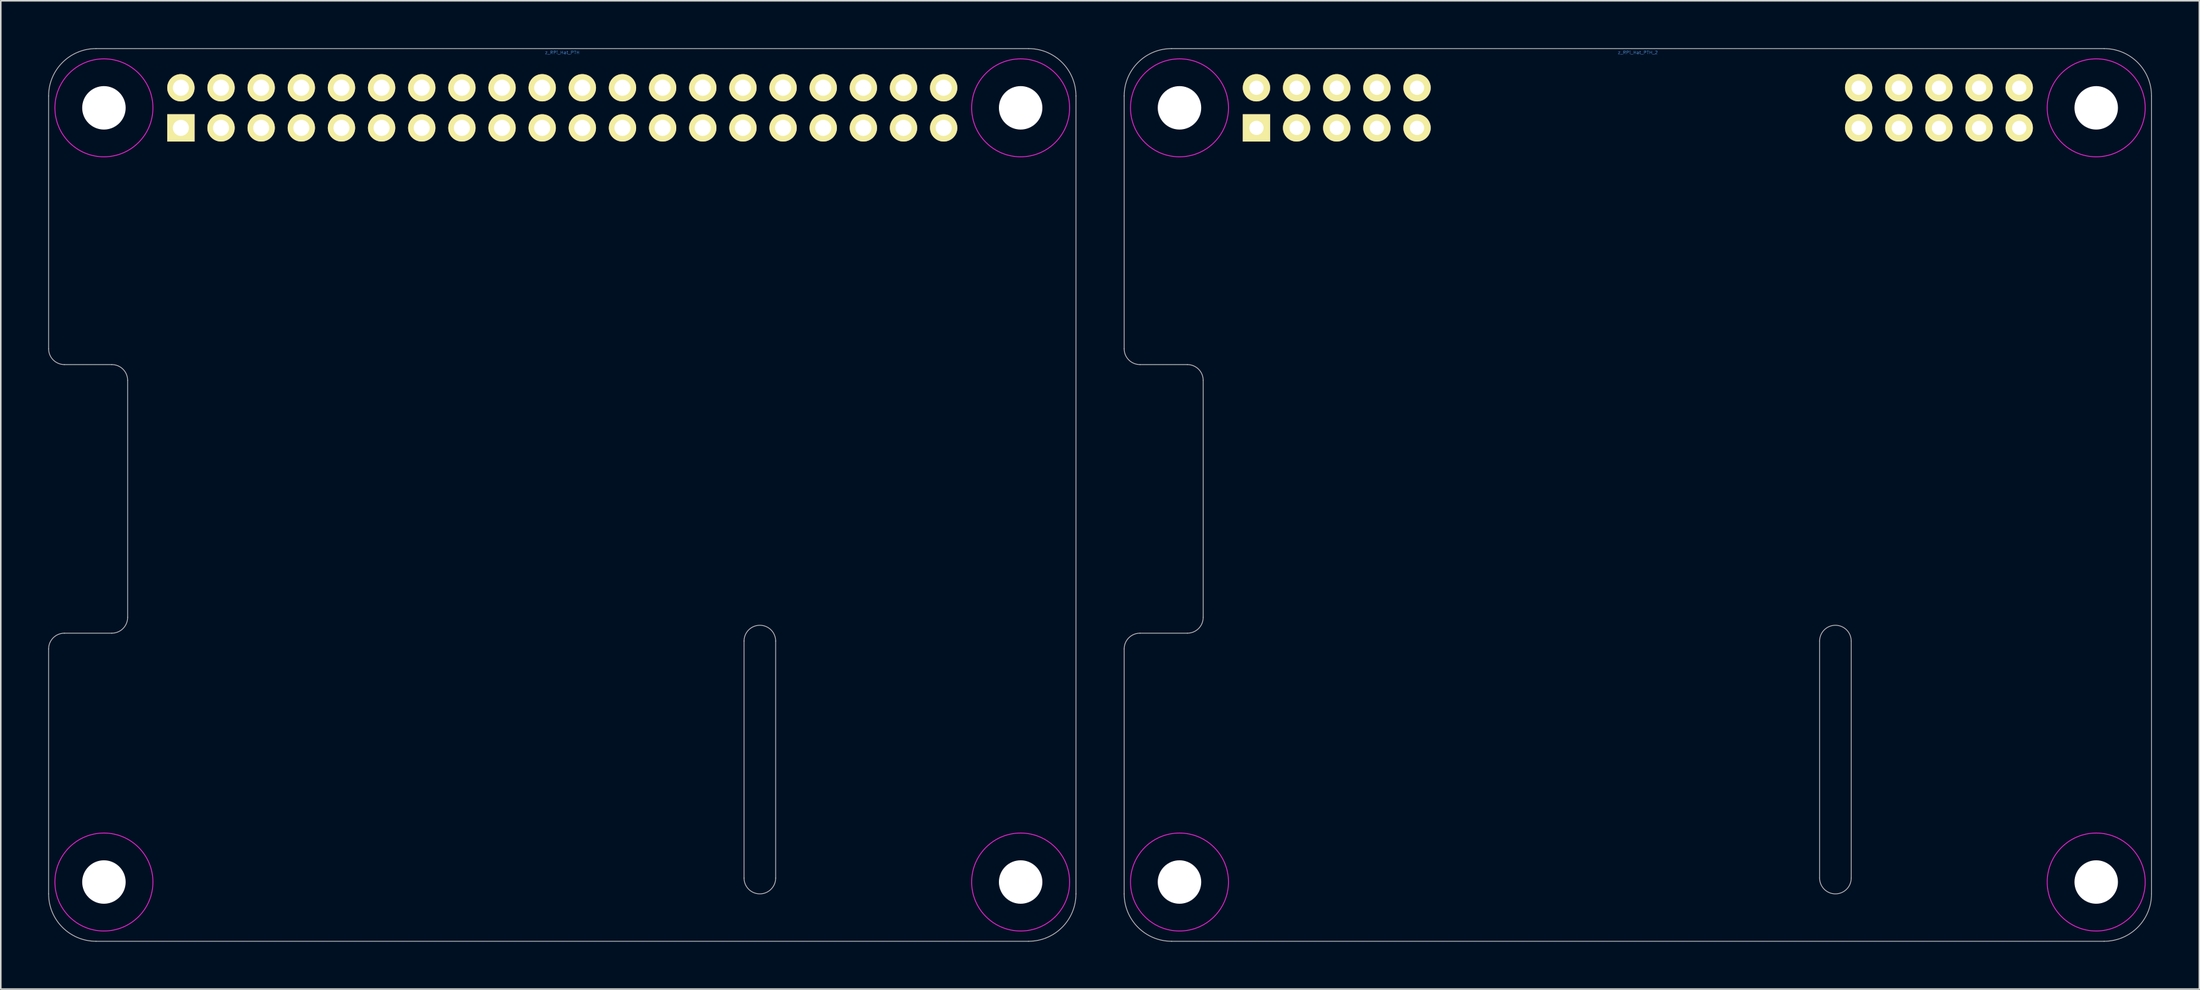
<source format=kicad_pcb>
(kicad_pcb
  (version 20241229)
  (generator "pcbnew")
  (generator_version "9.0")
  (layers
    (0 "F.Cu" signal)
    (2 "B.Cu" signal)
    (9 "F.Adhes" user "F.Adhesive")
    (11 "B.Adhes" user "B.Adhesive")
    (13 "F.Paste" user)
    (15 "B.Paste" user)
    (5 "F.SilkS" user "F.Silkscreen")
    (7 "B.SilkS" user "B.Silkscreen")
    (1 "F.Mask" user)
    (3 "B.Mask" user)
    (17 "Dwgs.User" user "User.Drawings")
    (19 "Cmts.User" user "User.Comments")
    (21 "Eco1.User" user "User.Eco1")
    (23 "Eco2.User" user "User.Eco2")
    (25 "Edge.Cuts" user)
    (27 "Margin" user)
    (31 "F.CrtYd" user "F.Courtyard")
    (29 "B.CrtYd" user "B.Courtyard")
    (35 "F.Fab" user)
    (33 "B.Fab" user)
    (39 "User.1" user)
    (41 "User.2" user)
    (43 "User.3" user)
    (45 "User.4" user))
  (footprint "z_RPi_Hat_PTH"
    (layer "F.Cu")
    (at 32.525 28.275)
    (property "Reference" "z_RPi_Hat_PTH" (at 0 -28 0) (layer "Cmts.User") (effects (font (size 0.2 0.2) (thickness 0.02))))
    (attr through_hole)
    (fp_line (start -32.5 -25.25) (end -32.5 -9.25) (stroke (width 0.05) (type solid)) (layer "Dwgs.User"))
    (fp_line (start -32.5 9.75) (end -32.5 25.25) (stroke (width 0.05) (type solid)) (layer "Dwgs.User"))
    (fp_line (start -31.5 -8.25) (end -28.5 -8.25) (stroke (width 0.05) (type solid)) (layer "Dwgs.User"))
    (fp_line (start -31.5 8.75) (end -28.5 8.75) (stroke (width 0.05) (type solid)) (layer "Dwgs.User"))
    (fp_line (start -29.5 -28.25) (end 29.5 -28.25) (stroke (width 0.05) (type solid)) (layer "Dwgs.User"))
    (fp_line (start -29.5 28.25) (end 29.5 28.25) (stroke (width 0.05) (type solid)) (layer "Dwgs.User"))
    (fp_line (start -27.5 -7.25) (end -27.5 7.75) (stroke (width 0.05) (type solid)) (layer "Dwgs.User"))
    (fp_line (start 11.5 9.25) (end 11.5 24.25) (stroke (width 0.05) (type solid)) (layer "Dwgs.User"))
    (fp_line (start 13.5 9.25) (end 13.5 24.25) (stroke (width 0.05) (type solid)) (layer "Dwgs.User"))
    (fp_line (start 32.5 -25.25) (end 32.5 25.25) (stroke (width 0.05) (type solid)) (layer "Dwgs.User"))
    (fp_arc (start -32.5 -25.25) (mid -31.62132 -27.37132) (end -29.5 -28.25) (stroke (width 0.05) (type solid)) (layer "Dwgs.User"))
    (fp_arc (start -32.5 9.75) (mid -32.207107 9.042893) (end -31.5 8.75) (stroke (width 0.05) (type solid)) (layer "Dwgs.User"))
    (fp_arc (start -31.5 -8.25) (mid -32.207107 -8.542893) (end -32.5 -9.25) (stroke (width 0.05) (type solid)) (layer "Dwgs.User"))
    (fp_arc (start -29.5 28.25) (mid -31.62132 27.37132) (end -32.5 25.25) (stroke (width 0.05) (type solid)) (layer "Dwgs.User"))
    (fp_arc (start -28.5 -8.25) (mid -27.792893 -7.957107) (end -27.5 -7.25) (stroke (width 0.05) (type solid)) (layer "Dwgs.User"))
    (fp_arc (start -27.5 7.75) (mid -27.792893 8.457107) (end -28.5 8.75) (stroke (width 0.05) (type solid)) (layer "Dwgs.User"))
    (fp_arc (start 11.5 9.25) (mid 12.5 8.25) (end 13.5 9.25) (stroke (width 0.05) (type solid)) (layer "Dwgs.User"))
    (fp_arc (start 13.5 24.25) (mid 12.5 25.25) (end 11.5 24.25) (stroke (width 0.05) (type solid)) (layer "Dwgs.User"))
    (fp_arc (start 29.5 -28.25) (mid 31.62132 -27.37132) (end 32.5 -25.25) (stroke (width 0.05) (type solid)) (layer "Dwgs.User"))
    (fp_arc (start 32.5 25.25) (mid 31.62132 27.37132) (end 29.5 28.25) (stroke (width 0.05) (type solid)) (layer "Dwgs.User"))
    (fp_circle (center -29 -24.5) (end -32.1 -24.5) (stroke (width 0.05) (type solid)) (fill no) (layer "F.CrtYd"))
    (fp_circle (center -29 24.5) (end -32.1 24.5) (stroke (width 0.05) (type solid)) (fill no) (layer "F.CrtYd"))
    (fp_circle (center 29 -24.5) (end 25.9 -24.5) (stroke (width 0.05) (type solid)) (fill no) (layer "F.CrtYd"))
    (fp_circle (center 29 24.5) (end 25.9 24.5) (stroke (width 0.05) (type solid)) (fill no) (layer "F.CrtYd"))
    (pad "" np_thru_hole circle (at -29 -24.5) (size 2.75 2.75) (drill 2.75) (layers "*.Cu" "*.Mask"))
    (pad "" np_thru_hole circle (at -29 24.5) (size 2.75 2.75) (drill 2.75) (layers "*.Cu" "*.Mask"))
    (pad "" np_thru_hole circle (at 29 -24.5) (size 2.75 2.75) (drill 2.75) (layers "*.Cu" "*.Mask"))
    (pad "" np_thru_hole circle (at 29 24.5) (size 2.75 2.75) (drill 2.75) (layers "*.Cu" "*.Mask"))
    (pad "1" thru_hole rect (at -24.13 -23.23 180) (size 1.727 1.727) (drill 1.016) (layers "*.Cu" "*.Mask" "F.SilkS"))
    (pad "2" thru_hole circle (at -24.13 -25.77 180) (size 1.727 1.727) (drill 1.016) (layers "*.Cu" "*.Mask" "F.SilkS"))
    (pad "3" thru_hole circle (at -21.59 -23.23 180) (size 1.727 1.727) (drill 1.016) (layers "*.Cu" "*.Mask" "F.SilkS"))
    (pad "4" thru_hole circle (at -21.59 -25.77 180) (size 1.727 1.727) (drill 1.016) (layers "*.Cu" "*.Mask" "F.SilkS"))
    (pad "5" thru_hole circle (at -19.05 -23.23 180) (size 1.727 1.727) (drill 1.016) (layers "*.Cu" "*.Mask" "F.SilkS"))
    (pad "6" thru_hole circle (at -19.05 -25.77 180) (size 1.727 1.727) (drill 1.016) (layers "*.Cu" "*.Mask" "F.SilkS"))
    (pad "7" thru_hole circle (at -16.51 -23.23 180) (size 1.727 1.727) (drill 1.016) (layers "*.Cu" "*.Mask" "F.SilkS"))
    (pad "8" thru_hole circle (at -16.51 -25.77 180) (size 1.727 1.727) (drill 1.016) (layers "*.Cu" "*.Mask" "F.SilkS"))
    (pad "9" thru_hole circle (at -13.97 -23.23 180) (size 1.727 1.727) (drill 1.016) (layers "*.Cu" "*.Mask" "F.SilkS"))
    (pad "10" thru_hole circle (at -13.97 -25.77 180) (size 1.727 1.727) (drill 1.016) (layers "*.Cu" "*.Mask" "F.SilkS"))
    (pad "11" thru_hole circle (at -11.43 -23.23 180) (size 1.727 1.727) (drill 1.016) (layers "*.Cu" "*.Mask" "F.SilkS"))
    (pad "12" thru_hole circle (at -11.43 -25.77 180) (size 1.727 1.727) (drill 1.016) (layers "*.Cu" "*.Mask" "F.SilkS"))
    (pad "13" thru_hole circle (at -8.89 -23.23 180) (size 1.727 1.727) (drill 1.016) (layers "*.Cu" "*.Mask" "F.SilkS"))
    (pad "14" thru_hole circle (at -8.89 -25.77 180) (size 1.727 1.727) (drill 1.016) (layers "*.Cu" "*.Mask" "F.SilkS"))
    (pad "15" thru_hole circle (at -6.35 -23.23 180) (size 1.727 1.727) (drill 1.016) (layers "*.Cu" "*.Mask" "F.SilkS"))
    (pad "16" thru_hole circle (at -6.35 -25.77 180) (size 1.727 1.727) (drill 1.016) (layers "*.Cu" "*.Mask" "F.SilkS"))
    (pad "17" thru_hole circle (at -3.81 -23.23 180) (size 1.727 1.727) (drill 1.016) (layers "*.Cu" "*.Mask" "F.SilkS"))
    (pad "18" thru_hole circle (at -3.81 -25.77 180) (size 1.727 1.727) (drill 1.016) (layers "*.Cu" "*.Mask" "F.SilkS"))
    (pad "19" thru_hole circle (at -1.27 -23.23 180) (size 1.727 1.727) (drill 1.016) (layers "*.Cu" "*.Mask" "F.SilkS"))
    (pad "20" thru_hole circle (at -1.27 -25.77 180) (size 1.727 1.727) (drill 1.016) (layers "*.Cu" "*.Mask" "F.SilkS"))
    (pad "21" thru_hole circle (at 1.27 -23.23 180) (size 1.727 1.727) (drill 1.016) (layers "*.Cu" "*.Mask" "F.SilkS"))
    (pad "22" thru_hole circle (at 1.27 -25.77 180) (size 1.727 1.727) (drill 1.016) (layers "*.Cu" "*.Mask" "F.SilkS"))
    (pad "23" thru_hole circle (at 3.81 -23.23 180) (size 1.727 1.727) (drill 1.016) (layers "*.Cu" "*.Mask" "F.SilkS"))
    (pad "24" thru_hole circle (at 3.81 -25.77 180) (size 1.727 1.727) (drill 1.016) (layers "*.Cu" "*.Mask" "F.SilkS"))
    (pad "25" thru_hole circle (at 6.35 -23.23 180) (size 1.727 1.727) (drill 1.016) (layers "*.Cu" "*.Mask" "F.SilkS"))
    (pad "26" thru_hole circle (at 6.35 -25.77 180) (size 1.727 1.727) (drill 1.016) (layers "*.Cu" "*.Mask" "F.SilkS"))
    (pad "27" thru_hole circle (at 8.89 -23.23 180) (size 1.727 1.727) (drill 1.016) (layers "*.Cu" "*.Mask" "F.SilkS"))
    (pad "28" thru_hole circle (at 8.89 -25.77 180) (size 1.727 1.727) (drill 1.016) (layers "*.Cu" "*.Mask" "F.SilkS"))
    (pad "29" thru_hole circle (at 11.43 -23.23 180) (size 1.727 1.727) (drill 1.016) (layers "*.Cu" "*.Mask" "F.SilkS"))
    (pad "30" thru_hole circle (at 11.43 -25.77 180) (size 1.727 1.727) (drill 1.016) (layers "*.Cu" "*.Mask" "F.SilkS"))
    (pad "31" thru_hole circle (at 13.97 -23.23 180) (size 1.727 1.727) (drill 1.016) (layers "*.Cu" "*.Mask" "F.SilkS"))
    (pad "32" thru_hole circle (at 13.97 -25.77 180) (size 1.727 1.727) (drill 1.016) (layers "*.Cu" "*.Mask" "F.SilkS"))
    (pad "33" thru_hole circle (at 16.51 -23.23 180) (size 1.727 1.727) (drill 1.016) (layers "*.Cu" "*.Mask" "F.SilkS"))
    (pad "34" thru_hole circle (at 16.51 -25.77 180) (size 1.727 1.727) (drill 1.016) (layers "*.Cu" "*.Mask" "F.SilkS"))
    (pad "35" thru_hole circle (at 19.05 -23.23 180) (size 1.727 1.727) (drill 1.016) (layers "*.Cu" "*.Mask" "F.SilkS"))
    (pad "36" thru_hole circle (at 19.05 -25.77 180) (size 1.727 1.727) (drill 1.016) (layers "*.Cu" "*.Mask" "F.SilkS"))
    (pad "37" thru_hole circle (at 21.59 -23.23 180) (size 1.727 1.727) (drill 1.016) (layers "*.Cu" "*.Mask" "F.SilkS"))
    (pad "38" thru_hole circle (at 21.59 -25.77 180) (size 1.727 1.727) (drill 1.016) (layers "*.Cu" "*.Mask" "F.SilkS"))
    (pad "39" thru_hole circle (at 24.13 -23.23 180) (size 1.727 1.727) (drill 1.016) (layers "*.Cu" "*.Mask" "F.SilkS"))
    (pad "40" thru_hole circle (at 24.13 -25.77 180) (size 1.727 1.727) (drill 1.016) (layers "*.Cu" "*.Mask" "F.SilkS")))
  (footprint "z_RPi_Hat_PTH_2"
    (layer "F.Cu")
    (at 100.575 28.275)
    (property "Reference" "z_RPi_Hat_PTH_2" (at 0 -28 0) (layer "Cmts.User") (effects (font (size 0.2 0.2) (thickness 0.02))))
    (attr through_hole)
    (fp_line (start -32.5 -25.25) (end -32.5 -9.25) (stroke (width 0.05) (type solid)) (layer "Dwgs.User"))
    (fp_line (start -32.5 9.75) (end -32.5 25.25) (stroke (width 0.05) (type solid)) (layer "Dwgs.User"))
    (fp_line (start -31.5 -8.25) (end -28.5 -8.25) (stroke (width 0.05) (type solid)) (layer "Dwgs.User"))
    (fp_line (start -31.5 8.75) (end -28.5 8.75) (stroke (width 0.05) (type solid)) (layer "Dwgs.User"))
    (fp_line (start -29.5 -28.25) (end 29.5 -28.25) (stroke (width 0.05) (type solid)) (layer "Dwgs.User"))
    (fp_line (start -29.5 28.25) (end 29.5 28.25) (stroke (width 0.05) (type solid)) (layer "Dwgs.User"))
    (fp_line (start -27.5 -7.25) (end -27.5 7.75) (stroke (width 0.05) (type solid)) (layer "Dwgs.User"))
    (fp_line (start 11.5 9.25) (end 11.5 24.25) (stroke (width 0.05) (type solid)) (layer "Dwgs.User"))
    (fp_line (start 13.5 9.25) (end 13.5 24.25) (stroke (width 0.05) (type solid)) (layer "Dwgs.User"))
    (fp_line (start 32.5 -25.25) (end 32.5 25.25) (stroke (width 0.05) (type solid)) (layer "Dwgs.User"))
    (fp_arc (start -32.5 -25.25) (mid -31.62132 -27.37132) (end -29.5 -28.25) (stroke (width 0.05) (type solid)) (layer "Dwgs.User"))
    (fp_arc (start -32.5 9.75) (mid -32.207107 9.042893) (end -31.5 8.75) (stroke (width 0.05) (type solid)) (layer "Dwgs.User"))
    (fp_arc (start -31.5 -8.25) (mid -32.207107 -8.542893) (end -32.5 -9.25) (stroke (width 0.05) (type solid)) (layer "Dwgs.User"))
    (fp_arc (start -29.5 28.25) (mid -31.62132 27.37132) (end -32.5 25.25) (stroke (width 0.05) (type solid)) (layer "Dwgs.User"))
    (fp_arc (start -28.5 -8.25) (mid -27.792893 -7.957107) (end -27.5 -7.25) (stroke (width 0.05) (type solid)) (layer "Dwgs.User"))
    (fp_arc (start -27.5 7.75) (mid -27.792893 8.457107) (end -28.5 8.75) (stroke (width 0.05) (type solid)) (layer "Dwgs.User"))
    (fp_arc (start 11.5 9.25) (mid 12.5 8.25) (end 13.5 9.25) (stroke (width 0.05) (type solid)) (layer "Dwgs.User"))
    (fp_arc (start 13.5 24.25) (mid 12.5 25.25) (end 11.5 24.25) (stroke (width 0.05) (type solid)) (layer "Dwgs.User"))
    (fp_arc (start 29.5 -28.25) (mid 31.62132 -27.37132) (end 32.5 -25.25) (stroke (width 0.05) (type solid)) (layer "Dwgs.User"))
    (fp_arc (start 32.5 25.25) (mid 31.62132 27.37132) (end 29.5 28.25) (stroke (width 0.05) (type solid)) (layer "Dwgs.User"))
    (fp_circle (center -29 -24.5) (end -32.1 -24.5) (stroke (width 0.05) (type solid)) (fill no) (layer "F.CrtYd"))
    (fp_circle (center -29 24.5) (end -32.1 24.5) (stroke (width 0.05) (type solid)) (fill no) (layer "F.CrtYd"))
    (fp_circle (center 29 -24.5) (end 25.9 -24.5) (stroke (width 0.05) (type solid)) (fill no) (layer "F.CrtYd"))
    (fp_circle (center 29 24.5) (end 25.9 24.5) (stroke (width 0.05) (type solid)) (fill no) (layer "F.CrtYd"))
    (pad "" np_thru_hole circle (at -29 -24.5) (size 2.75 2.75) (drill 2.75) (layers "*.Cu" "*.Mask"))
    (pad "" np_thru_hole circle (at -29 24.5) (size 2.75 2.75) (drill 2.75) (layers "*.Cu" "*.Mask"))
    (pad "" np_thru_hole circle (at 29 -24.5) (size 2.75 2.75) (drill 2.75) (layers "*.Cu" "*.Mask"))
    (pad "" np_thru_hole circle (at 29 24.5) (size 2.75 2.75) (drill 2.75) (layers "*.Cu" "*.Mask"))
    (pad "1" thru_hole rect (at -24.13 -23.23 180) (size 1.727 1.727) (drill 0.9) (layers "*.Cu" "*.Mask" "F.SilkS"))
    (pad "2" thru_hole circle (at -24.13 -25.77 180) (size 1.727 1.727) (drill 0.9) (layers "*.Cu" "*.Mask" "F.SilkS"))
    (pad "3" thru_hole circle (at -21.59 -23.23 180) (size 1.727 1.727) (drill 0.9) (layers "*.Cu" "*.Mask" "F.SilkS"))
    (pad "4" thru_hole circle (at -21.59 -25.77 180) (size 1.727 1.727) (drill 0.9) (layers "*.Cu" "*.Mask" "F.SilkS"))
    (pad "5" thru_hole circle (at -19.05 -23.23 180) (size 1.727 1.727) (drill 0.9) (layers "*.Cu" "*.Mask" "F.SilkS"))
    (pad "6" thru_hole circle (at -19.05 -25.77 180) (size 1.727 1.727) (drill 0.9) (layers "*.Cu" "*.Mask" "F.SilkS"))
    (pad "7" thru_hole circle (at -16.51 -23.23 180) (size 1.727 1.727) (drill 0.9) (layers "*.Cu" "*.Mask" "F.SilkS"))
    (pad "8" thru_hole circle (at -16.51 -25.77 180) (size 1.727 1.727) (drill 0.9) (layers "*.Cu" "*.Mask" "F.SilkS"))
    (pad "9" thru_hole circle (at -13.97 -23.23 180) (size 1.727 1.727) (drill 0.9) (layers "*.Cu" "*.Mask" "F.SilkS"))
    (pad "10" thru_hole circle (at -13.97 -25.77 180) (size 1.727 1.727) (drill 0.9) (layers "*.Cu" "*.Mask" "F.SilkS"))
    (pad "31" thru_hole circle (at 13.97 -23.23 180) (size 1.727 1.727) (drill 0.9) (layers "*.Cu" "*.Mask" "F.SilkS"))
    (pad "32" thru_hole circle (at 13.97 -25.77 180) (size 1.727 1.727) (drill 0.9) (layers "*.Cu" "*.Mask" "F.SilkS"))
    (pad "33" thru_hole circle (at 16.51 -23.23 180) (size 1.727 1.727) (drill 0.9) (layers "*.Cu" "*.Mask" "F.SilkS"))
    (pad "34" thru_hole circle (at 16.51 -25.77 180) (size 1.727 1.727) (drill 0.9) (layers "*.Cu" "*.Mask" "F.SilkS"))
    (pad "35" thru_hole circle (at 19.05 -23.23 180) (size 1.727 1.727) (drill 0.9) (layers "*.Cu" "*.Mask" "F.SilkS"))
    (pad "36" thru_hole circle (at 19.05 -25.77 180) (size 1.727 1.727) (drill 0.9) (layers "*.Cu" "*.Mask" "F.SilkS"))
    (pad "37" thru_hole circle (at 21.59 -23.23 180) (size 1.727 1.727) (drill 0.9) (layers "*.Cu" "*.Mask" "F.SilkS"))
    (pad "38" thru_hole circle (at 21.59 -25.77 180) (size 1.727 1.727) (drill 0.9) (layers "*.Cu" "*.Mask" "F.SilkS"))
    (pad "39" thru_hole circle (at 24.13 -23.23 180) (size 1.727 1.727) (drill 0.9) (layers "*.Cu" "*.Mask" "F.SilkS"))
    (pad "40" thru_hole circle (at 24.13 -25.77 180) (size 1.727 1.727) (drill 0.9) (layers "*.Cu" "*.Mask" "F.SilkS")))
  (gr_rect
    (start -3 -3)
    (end 136.1 59.55)
    (stroke (width 0.1) (type default))
    (fill no)
    (layer "Edge.Cuts")))
</source>
